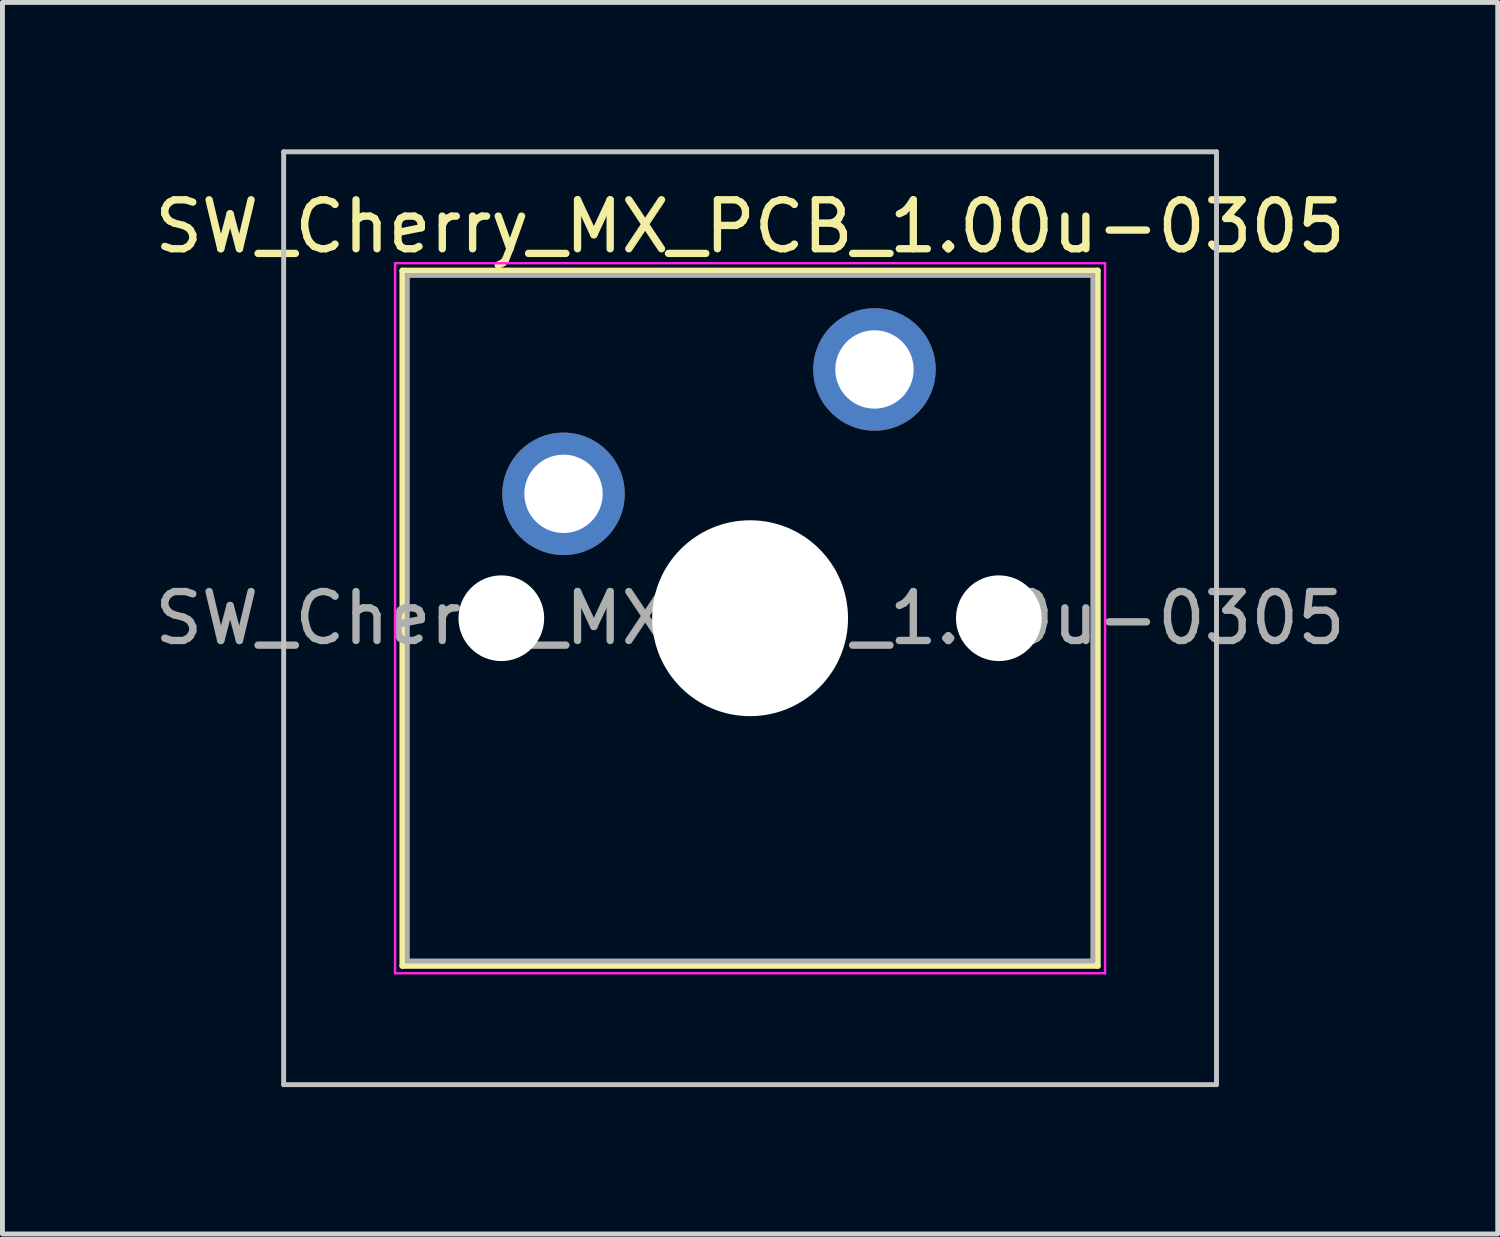
<source format=kicad_pcb>
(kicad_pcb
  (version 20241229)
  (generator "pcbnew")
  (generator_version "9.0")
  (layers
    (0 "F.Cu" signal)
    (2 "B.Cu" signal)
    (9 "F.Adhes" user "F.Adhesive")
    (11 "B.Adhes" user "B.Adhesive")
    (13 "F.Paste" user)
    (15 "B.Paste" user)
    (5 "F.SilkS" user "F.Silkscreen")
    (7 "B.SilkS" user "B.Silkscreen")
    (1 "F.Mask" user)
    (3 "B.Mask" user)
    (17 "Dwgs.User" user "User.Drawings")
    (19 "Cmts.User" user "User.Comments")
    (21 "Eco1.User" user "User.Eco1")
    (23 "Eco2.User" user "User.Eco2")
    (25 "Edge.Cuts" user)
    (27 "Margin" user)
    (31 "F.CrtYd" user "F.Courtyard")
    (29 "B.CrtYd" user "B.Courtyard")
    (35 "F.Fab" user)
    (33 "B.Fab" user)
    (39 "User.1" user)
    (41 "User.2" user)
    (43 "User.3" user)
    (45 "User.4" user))
  (footprint "SW_Cherry_MX_PCB_1.00u-0305"
    (layer "F.Cu")
    (at 12.268 9.575)
    (property "Reference" "SW_Cherry_MX_PCB_1.00u-0305" (at 0 -8 0) (layer "F.SilkS") (effects (font (size 1 1) (thickness 0.15))))
    (attr through_hole)
    (fp_line (start -7.1 -7.1) (end -7.1 7.1) (stroke (width 0.12) (type solid)) (layer "F.SilkS"))
    (fp_line (start -7.1 7.1) (end 7.1 7.1) (stroke (width 0.12) (type solid)) (layer "F.SilkS"))
    (fp_line (start 7.1 -7.1) (end -7.1 -7.1) (stroke (width 0.12) (type solid)) (layer "F.SilkS"))
    (fp_line (start 7.1 7.1) (end 7.1 -7.1) (stroke (width 0.12) (type solid)) (layer "F.SilkS"))
    (fp_line (start -9.525 -9.525) (end -9.525 9.525) (stroke (width 0.1) (type solid)) (layer "Dwgs.User"))
    (fp_line (start -9.525 9.525) (end 9.525 9.525) (stroke (width 0.1) (type solid)) (layer "Dwgs.User"))
    (fp_line (start 9.525 -9.525) (end -9.525 -9.525) (stroke (width 0.1) (type solid)) (layer "Dwgs.User"))
    (fp_line (start 9.525 9.525) (end 9.525 -9.525) (stroke (width 0.1) (type solid)) (layer "Dwgs.User"))
    (fp_line (start -7 -7) (end -7 7) (stroke (width 0.1) (type solid)) (layer "Eco1.User"))
    (fp_line (start -7 7) (end 7 7) (stroke (width 0.1) (type solid)) (layer "Eco1.User"))
    (fp_line (start 7 -7) (end -7 -7) (stroke (width 0.1) (type solid)) (layer "Eco1.User"))
    (fp_line (start 7 7) (end 7 -7) (stroke (width 0.1) (type solid)) (layer "Eco1.User"))
    (fp_line (start -7.25 -7.25) (end -7.25 7.25) (stroke (width 0.05) (type solid)) (layer "F.CrtYd"))
    (fp_line (start -7.25 7.25) (end 7.25 7.25) (stroke (width 0.05) (type solid)) (layer "F.CrtYd"))
    (fp_line (start 7.25 -7.25) (end -7.25 -7.25) (stroke (width 0.05) (type solid)) (layer "F.CrtYd"))
    (fp_line (start 7.25 7.25) (end 7.25 -7.25) (stroke (width 0.05) (type solid)) (layer "F.CrtYd"))
    (fp_line (start -7 -7) (end -7 7) (stroke (width 0.1) (type solid)) (layer "F.Fab"))
    (fp_line (start -7 7) (end 7 7) (stroke (width 0.1) (type solid)) (layer "F.Fab"))
    (fp_line (start 7 -7) (end -7 -7) (stroke (width 0.1) (type solid)) (layer "F.Fab"))
    (fp_line (start 7 7) (end 7 -7) (stroke (width 0.1) (type solid)) (layer "F.Fab"))
    (fp_text user "${REFERENCE}" (at 0 0 0) (layer "F.Fab") (effects (font (size 1 1) (thickness 0.15))))
    (pad "" np_thru_hole circle (at -5.08 0) (size 1.75 1.75) (drill 1.75) (layers "*.Cu" "*.Mask"))
    (pad "" smd circle (at -3.81 -2.54) (size 1.55 1.55) (layers "F.Mask"))
    (pad "" np_thru_hole circle (at 0 0) (size 4 4) (drill 4) (layers "*.Cu" "*.Mask"))
    (pad "" smd circle (at 2.54 -5.08) (size 1.55 1.55) (layers "F.Mask"))
    (pad "" np_thru_hole circle (at 5.08 0) (size 1.75 1.75) (drill 1.75) (layers "*.Cu" "*.Mask"))
    (pad "1" thru_hole circle (at -3.81 -2.54) (size 2.5 2.5) (drill 1.6) (layers "*.Cu" "B.Mask"))
    (pad "2" thru_hole circle (at 2.54 -5.08) (size 2.5 2.5) (drill 1.6) (layers "*.Cu" "B.Mask")))
  (gr_rect
    (start -3 -3)
    (end 27.536 22.15)
    (stroke (width 0.1) (type default))
    (fill no)
    (layer "Edge.Cuts")))
</source>
